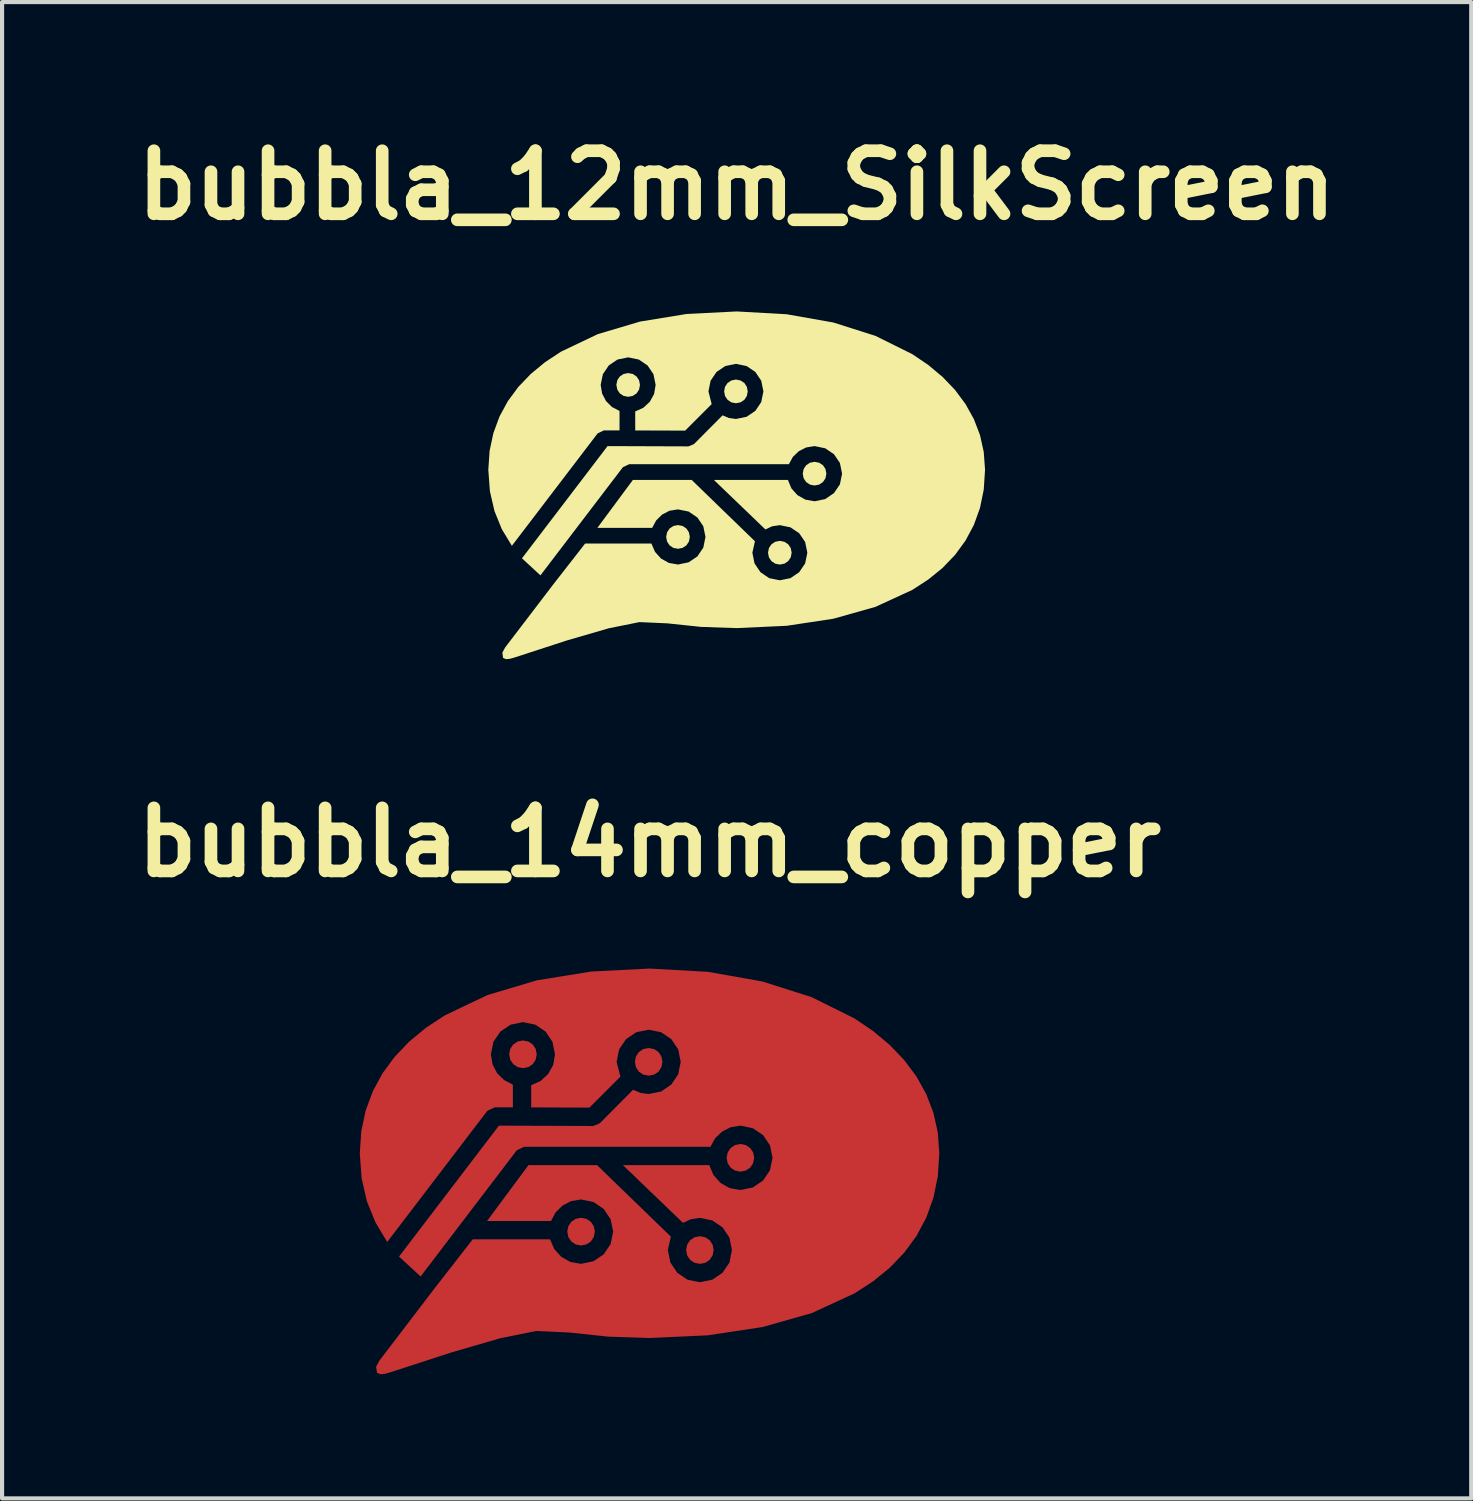
<source format=kicad_pcb>
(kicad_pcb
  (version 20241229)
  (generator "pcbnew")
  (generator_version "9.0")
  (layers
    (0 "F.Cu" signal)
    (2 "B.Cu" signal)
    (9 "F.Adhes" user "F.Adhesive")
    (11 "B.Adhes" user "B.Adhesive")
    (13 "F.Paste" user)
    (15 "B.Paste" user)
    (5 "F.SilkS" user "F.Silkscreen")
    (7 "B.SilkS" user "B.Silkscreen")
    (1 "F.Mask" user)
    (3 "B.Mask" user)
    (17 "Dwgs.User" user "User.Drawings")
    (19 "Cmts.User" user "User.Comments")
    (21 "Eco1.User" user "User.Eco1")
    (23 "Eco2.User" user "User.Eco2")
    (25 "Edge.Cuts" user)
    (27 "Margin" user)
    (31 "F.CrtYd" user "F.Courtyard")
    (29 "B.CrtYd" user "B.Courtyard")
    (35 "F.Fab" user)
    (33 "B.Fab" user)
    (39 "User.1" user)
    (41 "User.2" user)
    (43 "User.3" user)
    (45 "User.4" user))
  (footprint "bubbla_12mm_SilkScreen"
    (layer "F.Cu")
    (at 14.747 8.674)
    (property "Reference" "bubbla_12mm_SilkScreen" (at 0 -7.248 0) (layer "F.SilkS") (effects (font (size 1.524 1.524) (thickness 0.305))))
    (attr exclude_from_pos_files exclude_from_bom)
    (fp_poly (pts (xy -2.621 -2.711) (xy -2.733 -2.689) (xy -2.824 -2.628) (xy -2.884 -2.537) (xy -2.907 -2.425) (xy -2.884 -2.312) (xy -2.824 -2.221) (xy -2.733 -2.16) (xy -2.621 -2.138) (xy -2.509 -2.16) (xy -2.418 -2.221) (xy -2.358 -2.312) (xy -2.336 -2.425) (xy -2.358 -2.537) (xy -2.418 -2.628) (xy -2.509 -2.689) (xy -2.621 -2.711)) (stroke (width 0) (type solid)) (fill yes) (layer "F.SilkS"))
    (fp_poly (pts (xy -1.418 0.961) (xy -1.53 0.983) (xy -1.621 1.044) (xy -1.681 1.135) (xy -1.704 1.248) (xy -1.681 1.36) (xy -1.621 1.451) (xy -1.53 1.512) (xy -1.418 1.534) (xy -1.306 1.512) (xy -1.215 1.451) (xy -1.154 1.36) (xy -1.132 1.248) (xy -1.154 1.135) (xy -1.215 1.044) (xy -1.306 0.983) (xy -1.418 0.961)) (stroke (width 0) (type solid)) (fill yes) (layer "F.SilkS"))
    (fp_poly (pts (xy -0.018 -2.555) (xy -0.13 -2.532) (xy -0.22 -2.472) (xy -0.281 -2.381) (xy -0.303 -2.268) (xy -0.281 -2.156) (xy -0.22 -2.065) (xy -0.13 -2.004) (xy -0.018 -1.982) (xy 0.094 -2.004) (xy 0.185 -2.065) (xy 0.245 -2.156) (xy 0.267 -2.268) (xy 0.245 -2.381) (xy 0.185 -2.472) (xy 0.094 -2.532) (xy -0.018 -2.555)) (stroke (width 0) (type solid)) (fill yes) (layer "F.SilkS"))
    (fp_poly (pts (xy 1.042 1.342) (xy 0.93 1.365) (xy 0.84 1.425) (xy 0.779 1.516) (xy 0.757 1.629) (xy 0.779 1.741) (xy 0.84 1.832) (xy 0.93 1.893) (xy 1.042 1.915) (xy 1.154 1.893) (xy 1.245 1.832) (xy 1.306 1.741) (xy 1.328 1.629) (xy 1.306 1.516) (xy 1.245 1.425) (xy 1.154 1.365) (xy 1.042 1.342)) (stroke (width 0) (type solid)) (fill yes) (layer "F.SilkS"))
    (fp_poly (pts (xy 1.881 -0.567) (xy 1.769 -0.545) (xy 1.679 -0.485) (xy 1.618 -0.394) (xy 1.596 -0.281) (xy 1.618 -0.169) (xy 1.679 -0.078) (xy 1.769 -0.017) (xy 1.881 0.005) (xy 1.993 -0.017) (xy 2.084 -0.078) (xy 2.145 -0.169) (xy 2.167 -0.281) (xy 2.145 -0.394) (xy 2.084 -0.485) (xy 1.993 -0.545) (xy 1.881 -0.567)) (stroke (width 0) (type solid)) (fill yes) (layer "F.SilkS"))
    (fp_poly (pts (xy -0.000096 -4.2) (xy -1.209 -4.139) (xy -2.336 -3.955) (xy -3.355 -3.652) (xy -4.243 -3.229) (xy -4.63 -2.974) (xy -4.975 -2.689) (xy -5.276 -2.375) (xy -5.529 -2.032) (xy -5.73 -1.661) (xy -5.878 -1.26) (xy -5.969 -0.832) (xy -6 -0.375) (xy -5.962 0.142) (xy -5.852 0.62) (xy -5.674 1.06) (xy -5.431 1.462) (xy -3.359 -1.254) (xy -3.21 -1.326) (xy -2.83 -1.326) (xy -2.83 -1.796) (xy -3.012 -1.891) (xy -3.156 -2.034) (xy -3.251 -2.216) (xy -3.286 -2.425) (xy -3.233 -2.683) (xy -3.09 -2.895) (xy -2.879 -3.038) (xy -2.621 -3.091) (xy -2.364 -3.038) (xy -2.153 -2.895) (xy -2.01 -2.683) (xy -1.958 -2.425) (xy -1.995 -2.206) (xy -2.098 -2.018) (xy -2.255 -1.873) (xy -2.451 -1.784) (xy -2.451 -1.325) (xy -1.244 -1.321) (xy -0.604 -1.962) (xy -0.682 -2.268) (xy -0.63 -2.527) (xy -0.487 -2.738) (xy -0.275 -2.881) (xy -0.018 -2.934) (xy 0.24 -2.881) (xy 0.451 -2.738) (xy 0.593 -2.527) (xy 0.646 -2.268) (xy 0.593 -2.01) (xy 0.451 -1.798) (xy 0.24 -1.655) (xy -0.018 -1.602) (xy -0.187 -1.626) (xy -0.341 -1.69) (xy -1.032 -0.995) (xy -1.166 -0.94) (xy -3.119 -0.947) (xy -5.187 1.764) (xy -4.741 2.176) (xy -2.749 -0.437) (xy -2.599 -0.509) (xy 1.261 -0.509) (xy 1.357 -0.685) (xy 1.5 -0.823) (xy 1.678 -0.914) (xy 1.881 -0.947) (xy 2.139 -0.894) (xy 2.35 -0.751) (xy 2.494 -0.54) (xy 2.546 -0.281) (xy 2.494 -0.023) (xy 2.35 0.189) (xy 2.139 0.333) (xy 1.881 0.386) (xy 1.659 0.346) (xy 1.468 0.238) (xy 1.323 0.075) (xy 1.237 -0.13) (xy -0.551 -0.13) (xy 0.693 1.066) (xy 0.858 0.99) (xy 1.042 0.963) (xy 1.3 1.016) (xy 1.511 1.159) (xy 1.654 1.37) (xy 1.707 1.629) (xy 1.654 1.887) (xy 1.511 2.099) (xy 1.3 2.243) (xy 1.042 2.295) (xy 0.785 2.243) (xy 0.574 2.099) (xy 0.431 1.887) (xy 0.379 1.629) (xy 0.441 1.352) (xy -1.087 -0.13) (xy -2.507 -0.13) (xy -3.365 1.028) (xy -2.041 1.028) (xy -1.945 0.849) (xy -1.803 0.708) (xy -1.624 0.615) (xy -1.418 0.582) (xy -1.161 0.634) (xy -0.949 0.778) (xy -0.806 0.99) (xy -0.754 1.248) (xy -0.806 1.506) (xy -0.949 1.718) (xy -1.161 1.861) (xy -1.418 1.914) (xy -1.639 1.875) (xy -1.829 1.769) (xy -1.973 1.608) (xy -2.06 1.407) (xy -3.661 1.407) (xy -4.432 2.396) (xy -5.593 3.917) (xy -5.661 4.042) (xy -5.643 4.171) (xy -5.574 4.2) (xy -5.484 4.193) (xy -5.372 4.162) (xy -4.101 3.748) (xy -3.092 3.455) (xy -2.349 3.305) (xy -1.676 3.335) (xy -0.857 3.421) (xy -0.000066 3.45) (xy 1.209 3.394) (xy 2.335 3.224) (xy 3.355 2.936) (xy 4.243 2.527) (xy 4.63 2.276) (xy 4.975 1.995) (xy 5.276 1.681) (xy 5.528 1.336) (xy 5.73 0.958) (xy 5.878 0.547) (xy 5.969 0.103) (xy 6 -0.375) (xy 5.969 -0.805) (xy 5.878 -1.214) (xy 5.73 -1.6) (xy 5.528 -1.963) (xy 5.276 -2.303) (xy 4.975 -2.617) (xy 4.63 -2.906) (xy 4.243 -3.168) (xy 3.355 -3.609) (xy 2.335 -3.933) (xy 1.209 -4.132) (xy -0.000066 -4.2) (xy -0.000096 -4.2)) (stroke (width 0) (type solid)) (fill yes) (layer "F.SilkS")))
  (footprint "bubbla_14mm_copper"
    (layer "F.Cu")
    (at 12.642 25.249)
    (property "Reference" "bubbla_14mm_copper" (at 0 -7.948 0) (layer "F.SilkS") (effects (font (size 1.524 1.524) (thickness 0.305))))
    (attr exclude_from_pos_files exclude_from_bom)
    (fp_poly (pts (xy -3.058 -3.163) (xy -3.188 -3.137) (xy -3.294 -3.066) (xy -3.365 -2.96) (xy -3.391 -2.829) (xy -3.365 -2.698) (xy -3.294 -2.592) (xy -3.188 -2.52) (xy -3.058 -2.494) (xy -2.927 -2.52) (xy -2.822 -2.592) (xy -2.751 -2.698) (xy -2.725 -2.829) (xy -2.751 -2.96) (xy -2.822 -3.066) (xy -2.927 -3.137) (xy -3.058 -3.163)) (stroke (width 0) (type solid)) (fill yes) (layer "F.Cu"))
    (fp_poly (pts (xy -1.655 1.121) (xy -1.785 1.147) (xy -1.891 1.218) (xy -1.962 1.325) (xy -1.988 1.456) (xy -1.962 1.587) (xy -1.891 1.693) (xy -1.785 1.764) (xy -1.655 1.79) (xy -1.524 1.764) (xy -1.418 1.693) (xy -1.347 1.587) (xy -1.321 1.456) (xy -1.347 1.325) (xy -1.418 1.218) (xy -1.524 1.147) (xy -1.655 1.121)) (stroke (width 0) (type solid)) (fill yes) (layer "F.Cu"))
    (fp_poly (pts (xy -0.021 -2.98) (xy -0.152 -2.955) (xy -0.257 -2.884) (xy -0.328 -2.777) (xy -0.354 -2.646) (xy -0.328 -2.515) (xy -0.257 -2.409) (xy -0.152 -2.338) (xy -0.021 -2.313) (xy 0.11 -2.338) (xy 0.216 -2.409) (xy 0.286 -2.515) (xy 0.312 -2.646) (xy 0.286 -2.777) (xy 0.216 -2.884) (xy 0.11 -2.955) (xy -0.021 -2.98)) (stroke (width 0) (type solid)) (fill yes) (layer "F.Cu"))
    (fp_poly (pts (xy 1.216 1.566) (xy 1.085 1.592) (xy 0.98 1.663) (xy 0.909 1.769) (xy 0.883 1.9) (xy 0.909 2.031) (xy 0.98 2.137) (xy 1.085 2.208) (xy 1.216 2.234) (xy 1.347 2.208) (xy 1.452 2.137) (xy 1.523 2.031) (xy 1.549 1.9) (xy 1.523 1.769) (xy 1.452 1.663) (xy 1.347 1.592) (xy 1.216 1.566)) (stroke (width 0) (type solid)) (fill yes) (layer "F.Cu"))
    (fp_poly (pts (xy 2.195 -0.662) (xy 2.064 -0.636) (xy 1.959 -0.565) (xy 1.888 -0.459) (xy 1.862 -0.328) (xy 1.888 -0.197) (xy 1.959 -0.091) (xy 2.064 -0.02) (xy 2.195 0.006) (xy 2.326 -0.02) (xy 2.431 -0.091) (xy 2.502 -0.197) (xy 2.528 -0.328) (xy 2.502 -0.459) (xy 2.431 -0.565) (xy 2.326 -0.636) (xy 2.195 -0.662)) (stroke (width 0) (type solid)) (fill yes) (layer "F.Cu"))
    (fp_poly (pts (xy -0.000112 -4.9) (xy -1.411 -4.828) (xy -2.725 -4.615) (xy -3.914 -4.261) (xy -4.95 -3.767) (xy -5.402 -3.469) (xy -5.805 -3.137) (xy -6.155 -2.771) (xy -6.45 -2.371) (xy -6.685 -1.937) (xy -6.858 -1.47) (xy -6.964 -0.97) (xy -7 -0.437) (xy -6.956 0.166) (xy -6.828 0.724) (xy -6.619 1.237) (xy -6.337 1.705) (xy -3.919 -1.463) (xy -3.745 -1.547) (xy -3.302 -1.547) (xy -3.302 -2.095) (xy -3.514 -2.206) (xy -3.683 -2.373) (xy -3.793 -2.585) (xy -3.833 -2.829) (xy -3.772 -3.13) (xy -3.605 -3.377) (xy -3.358 -3.544) (xy -3.058 -3.606) (xy -2.757 -3.544) (xy -2.511 -3.377) (xy -2.345 -3.13) (xy -2.284 -2.829) (xy -2.327 -2.574) (xy -2.448 -2.354) (xy -2.631 -2.185) (xy -2.859 -2.081) (xy -2.859 -1.546) (xy -1.452 -1.541) (xy -0.704 -2.289) (xy -0.796 -2.646) (xy -0.735 -2.948) (xy -0.568 -3.195) (xy -0.321 -3.362) (xy -0.021 -3.423) (xy 0.28 -3.362) (xy 0.526 -3.195) (xy 0.692 -2.948) (xy 0.753 -2.646) (xy 0.692 -2.345) (xy 0.526 -2.098) (xy 0.28 -1.93) (xy -0.021 -1.869) (xy -0.219 -1.896) (xy -0.397 -1.972) (xy -1.204 -1.161) (xy -1.361 -1.097) (xy -3.639 -1.105) (xy -6.052 2.058) (xy -5.531 2.539) (xy -3.207 -0.51) (xy -3.032 -0.594) (xy 1.471 -0.594) (xy 1.584 -0.799) (xy 1.75 -0.96) (xy 1.957 -1.066) (xy 2.195 -1.105) (xy 2.496 -1.043) (xy 2.742 -0.876) (xy 2.909 -0.63) (xy 2.971 -0.328) (xy 2.909 -0.027) (xy 2.742 0.221) (xy 2.496 0.388) (xy 2.195 0.45) (xy 1.935 0.404) (xy 1.713 0.278) (xy 1.544 0.087) (xy 1.443 -0.151) (xy -0.643 -0.151) (xy 0.808 1.244) (xy 1 1.155) (xy 1.216 1.123) (xy 1.517 1.185) (xy 1.763 1.352) (xy 1.93 1.599) (xy 1.991 1.9) (xy 1.93 2.202) (xy 1.763 2.449) (xy 1.517 2.616) (xy 1.216 2.678) (xy 0.916 2.616) (xy 0.67 2.449) (xy 0.503 2.202) (xy 0.442 1.9) (xy 0.515 1.577) (xy -1.268 -0.151) (xy -2.925 -0.151) (xy -3.926 1.199) (xy -2.381 1.199) (xy -2.27 0.991) (xy -2.103 0.826) (xy -1.894 0.717) (xy -1.655 0.678) (xy -1.354 0.74) (xy -1.108 0.907) (xy -0.941 1.155) (xy -0.879 1.456) (xy -0.941 1.757) (xy -1.108 2.004) (xy -1.354 2.171) (xy -1.655 2.233) (xy -1.912 2.188) (xy -2.133 2.064) (xy -2.302 1.876) (xy -2.404 1.641) (xy -4.271 1.641) (xy -5.17 2.795) (xy -6.525 4.57) (xy -6.605 4.716) (xy -6.584 4.866) (xy -6.503 4.9) (xy -6.398 4.892) (xy -6.267 4.855) (xy -4.785 4.373) (xy -3.608 4.031) (xy -2.741 3.856) (xy -1.956 3.891) (xy -1 3.992) (xy -0.000077 4.025) (xy 1.411 3.96) (xy 2.725 3.761) (xy 3.914 3.425) (xy 4.95 2.948) (xy 5.401 2.656) (xy 5.804 2.327) (xy 6.155 1.961) (xy 6.45 1.558) (xy 6.685 1.117) (xy 6.858 0.638) (xy 6.964 0.12) (xy 7 -0.438) (xy 6.964 -0.939) (xy 6.858 -1.416) (xy 6.685 -1.867) (xy 6.45 -2.29) (xy 6.155 -2.686) (xy 5.804 -3.053) (xy 5.401 -3.39) (xy 4.95 -3.696) (xy 3.914 -4.21) (xy 2.725 -4.588) (xy 1.411 -4.821) (xy -0.000077 -4.9) (xy -0.000112 -4.9)) (stroke (width 0) (type solid)) (fill yes) (layer "F.Cu")))
  (gr_rect
    (start -3 -3)
    (end 32.493 33.149)
    (stroke (width 0.1) (type default))
    (fill no)
    (layer "Edge.Cuts")))
</source>
